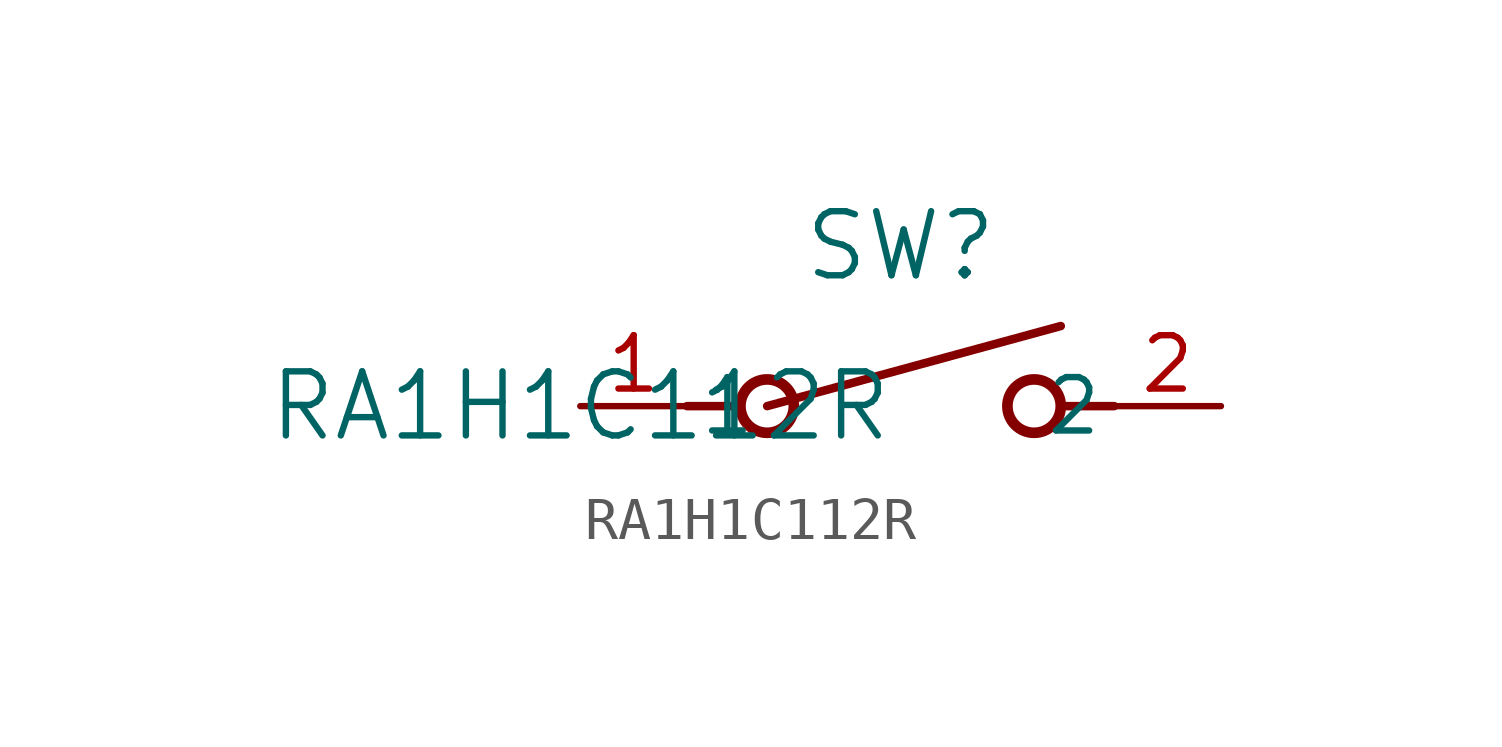
<source format=kicad_sym>
(kicad_symbol_lib
  (version 20241209)
  (generator "kicad_symbol_editor")
  (generator_version "9.0")
  (symbol "RA1H1C112R"
    (pin_names
      (offset 0.254))
    (property "Reference" "SW"
      (at 7.62 3.81 0)
      (effects (font (size 1.524 1.524))))
    (property "Value" "RA1H1C112R"
      (at 0 0 0)
      (effects (font (size 1.524 1.524))))
    (property "ki_locked" ""
      (at 0 0 0)
      (effects (font (size 1.27 1.27))))
    (symbol "RA1H1C112R_0_1"
      (polyline (pts (xy 2.54 0) (xy 3.81 0)) (stroke (width 0.203) (type default)) (fill (type none)))
      (polyline (pts (xy 4.445 0) (xy 11.43 1.905)) (stroke (width 0.203) (type default)) (fill (type none)))
      (circle (center 4.445 0) (radius 0.635) (stroke (width 0.254) (type default)) (fill (type none)))
      (circle (center 10.795 0) (radius 0.635) (stroke (width 0.254) (type default)) (fill (type none)))
      (polyline (pts (xy 12.7 0) (xy 11.43 0)) (stroke (width 0.203) (type default)) (fill (type none))))
    (symbol "RA1H1C112R_1_1"
      (pin passive line (at 0 0 0) (length 2.54) (name "1" (effects (font (size 1.27 1.27)))) (number "1" (effects (font (size 1.27 1.27)))))
      (pin passive line (at 15.24 0 180) (length 2.54) (name "2" (effects (font (size 1.27 1.27)))) (number "2" (effects (font (size 1.27 1.27))))))))
</source>
